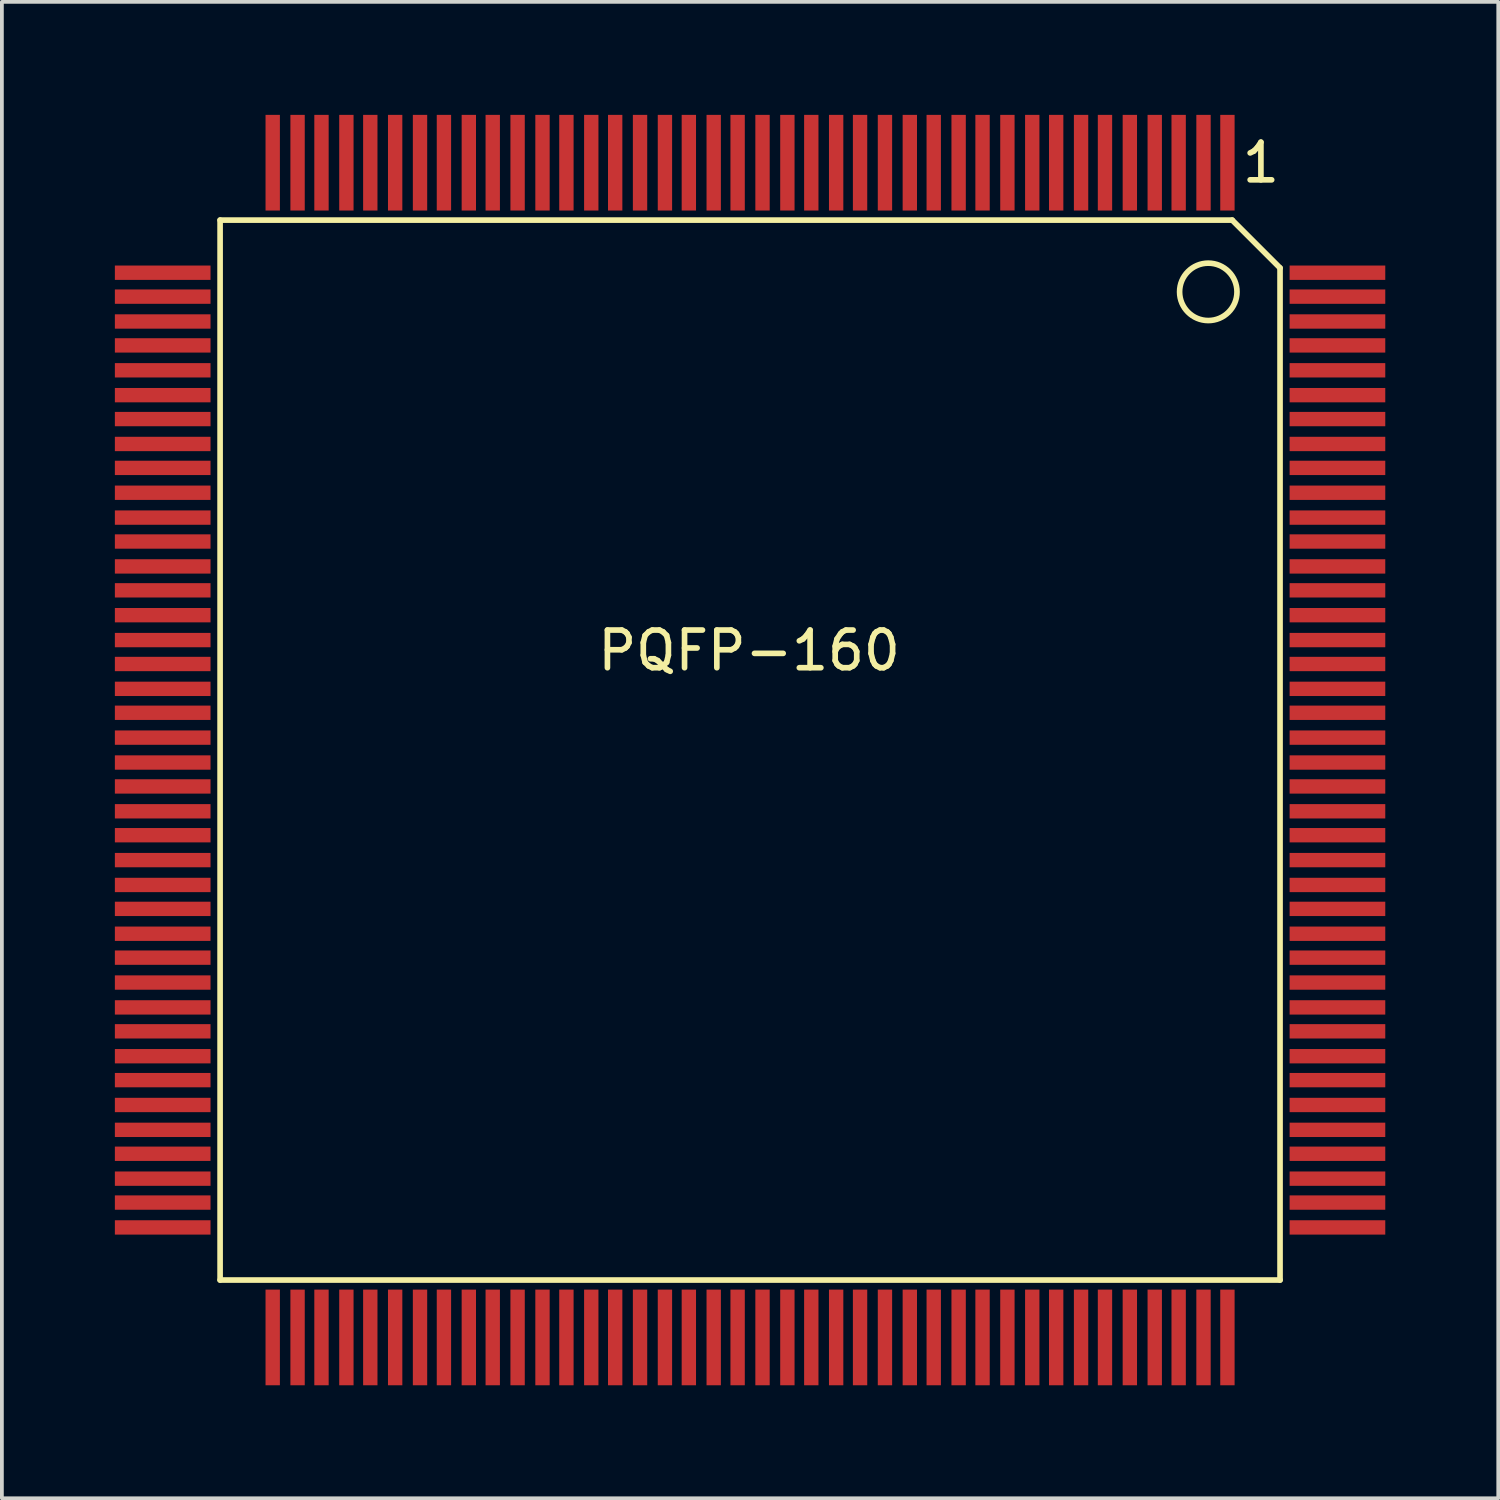
<source format=kicad_pcb>
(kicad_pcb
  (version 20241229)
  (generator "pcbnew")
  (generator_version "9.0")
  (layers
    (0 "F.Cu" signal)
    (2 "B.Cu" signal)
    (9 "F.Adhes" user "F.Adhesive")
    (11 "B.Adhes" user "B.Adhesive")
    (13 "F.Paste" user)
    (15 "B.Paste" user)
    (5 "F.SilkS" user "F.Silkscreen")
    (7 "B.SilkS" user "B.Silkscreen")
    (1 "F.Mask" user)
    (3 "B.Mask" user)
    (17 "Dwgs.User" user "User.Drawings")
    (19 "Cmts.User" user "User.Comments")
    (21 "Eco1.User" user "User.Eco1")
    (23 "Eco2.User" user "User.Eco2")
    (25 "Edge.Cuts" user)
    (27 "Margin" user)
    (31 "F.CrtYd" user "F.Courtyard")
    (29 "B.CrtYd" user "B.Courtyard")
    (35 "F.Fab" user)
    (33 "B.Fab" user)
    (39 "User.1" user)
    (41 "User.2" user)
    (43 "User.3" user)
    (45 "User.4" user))
  (footprint "PQFP-160"
    (layer "F.Cu")
    (at 16.84 16.764)
    (property "Reference" "PQFP-160" (at 0 -2.54 0) (layer "F.SilkS") (effects (font (size 1 1) (thickness 0.15))))
    (attr smd)
    (fp_line (start -14.046 -13.97) (end -14.046 14.173) (stroke (width 0.15) (type solid)) (layer "F.SilkS"))
    (fp_line (start -14.046 14.173) (end 14.097 14.173) (stroke (width 0.15) (type solid)) (layer "F.SilkS"))
    (fp_line (start 12.827 -13.97) (end -14.046 -13.97) (stroke (width 0.15) (type solid)) (layer "F.SilkS"))
    (fp_line (start 12.827 -13.97) (end 14.097 -12.7) (stroke (width 0.15) (type solid)) (layer "F.SilkS"))
    (fp_line (start 14.097 14.173) (end 14.097 -12.7) (stroke (width 0.15) (type solid)) (layer "F.SilkS"))
    (fp_circle (center 12.192 -12.065) (end 12.192 -11.303) (stroke (width 0.15) (type solid)) (fill no) (layer "F.SilkS"))
    (fp_text user "1" (at 13.589 -15.494 0) (layer "F.SilkS") (effects (font (size 1 1) (thickness 0.15))))
    (pad "1" smd rect (at 12.7 -15.494) (size 0.381 2.54) (layers "F.Cu" "F.Mask" "F.Paste"))
    (pad "2" smd rect (at 12.065 -15.494) (size 0.381 2.54) (layers "F.Cu" "F.Mask" "F.Paste"))
    (pad "3" smd rect (at 11.405 -15.494) (size 0.381 2.54) (layers "F.Cu" "F.Mask" "F.Paste"))
    (pad "4" smd rect (at 10.77 -15.494) (size 0.381 2.54) (layers "F.Cu" "F.Mask" "F.Paste"))
    (pad "5" smd rect (at 10.109 -15.494) (size 0.381 2.54) (layers "F.Cu" "F.Mask" "F.Paste"))
    (pad "6" smd rect (at 9.449 -15.494) (size 0.381 2.54) (layers "F.Cu" "F.Mask" "F.Paste"))
    (pad "7" smd rect (at 8.814 -15.494) (size 0.381 2.54) (layers "F.Cu" "F.Mask" "F.Paste"))
    (pad "8" smd rect (at 8.153 -15.494) (size 0.381 2.54) (layers "F.Cu" "F.Mask" "F.Paste"))
    (pad "9" smd rect (at 7.518 -15.494) (size 0.381 2.54) (layers "F.Cu" "F.Mask" "F.Paste"))
    (pad "10" smd rect (at 6.858 -15.494) (size 0.381 2.54) (layers "F.Cu" "F.Mask" "F.Paste"))
    (pad "11" smd rect (at 6.198 -15.494) (size 0.381 2.54) (layers "F.Cu" "F.Mask" "F.Paste"))
    (pad "12" smd rect (at 5.563 -15.494) (size 0.381 2.54) (layers "F.Cu" "F.Mask" "F.Paste"))
    (pad "13" smd rect (at 4.902 -15.494) (size 0.381 2.54) (layers "F.Cu" "F.Mask" "F.Paste"))
    (pad "14" smd rect (at 4.267 -15.494) (size 0.381 2.54) (layers "F.Cu" "F.Mask" "F.Paste"))
    (pad "15" smd rect (at 3.607 -15.494) (size 0.381 2.54) (layers "F.Cu" "F.Mask" "F.Paste"))
    (pad "16" smd rect (at 2.946 -15.494) (size 0.381 2.54) (layers "F.Cu" "F.Mask" "F.Paste"))
    (pad "17" smd rect (at 2.311 -15.494) (size 0.381 2.54) (layers "F.Cu" "F.Mask" "F.Paste"))
    (pad "18" smd rect (at 1.651 -15.494) (size 0.381 2.54) (layers "F.Cu" "F.Mask" "F.Paste"))
    (pad "19" smd rect (at 1.016 -15.494) (size 0.381 2.54) (layers "F.Cu" "F.Mask" "F.Paste"))
    (pad "20" smd rect (at 0.356 -15.494) (size 0.381 2.54) (layers "F.Cu" "F.Mask" "F.Paste"))
    (pad "21" smd rect (at -0.305 -15.494) (size 0.381 2.54) (layers "F.Cu" "F.Mask" "F.Paste"))
    (pad "22" smd rect (at -0.94 -15.494) (size 0.381 2.54) (layers "F.Cu" "F.Mask" "F.Paste"))
    (pad "23" smd rect (at -1.6 -15.494) (size 0.381 2.54) (layers "F.Cu" "F.Mask" "F.Paste"))
    (pad "24" smd rect (at -2.235 -15.494) (size 0.381 2.54) (layers "F.Cu" "F.Mask" "F.Paste"))
    (pad "25" smd rect (at -2.896 -15.494) (size 0.381 2.54) (layers "F.Cu" "F.Mask" "F.Paste"))
    (pad "26" smd rect (at -3.556 -15.494) (size 0.381 2.54) (layers "F.Cu" "F.Mask" "F.Paste"))
    (pad "27" smd rect (at -4.191 -15.494) (size 0.381 2.54) (layers "F.Cu" "F.Mask" "F.Paste"))
    (pad "28" smd rect (at -4.851 -15.494) (size 0.381 2.54) (layers "F.Cu" "F.Mask" "F.Paste"))
    (pad "29" smd rect (at -5.486 -15.494) (size 0.381 2.54) (layers "F.Cu" "F.Mask" "F.Paste"))
    (pad "30" smd rect (at -6.147 -15.494) (size 0.381 2.54) (layers "F.Cu" "F.Mask" "F.Paste"))
    (pad "31" smd rect (at -6.807 -15.494) (size 0.381 2.54) (layers "F.Cu" "F.Mask" "F.Paste"))
    (pad "32" smd rect (at -7.442 -15.494) (size 0.381 2.54) (layers "F.Cu" "F.Mask" "F.Paste"))
    (pad "33" smd rect (at -8.103 -15.494) (size 0.381 2.54) (layers "F.Cu" "F.Mask" "F.Paste"))
    (pad "34" smd rect (at -8.738 -15.494) (size 0.381 2.54) (layers "F.Cu" "F.Mask" "F.Paste"))
    (pad "35" smd rect (at -9.398 -15.494) (size 0.381 2.54) (layers "F.Cu" "F.Mask" "F.Paste"))
    (pad "36" smd rect (at -10.058 -15.494) (size 0.381 2.54) (layers "F.Cu" "F.Mask" "F.Paste"))
    (pad "37" smd rect (at -10.693 -15.494) (size 0.381 2.54) (layers "F.Cu" "F.Mask" "F.Paste"))
    (pad "38" smd rect (at -11.354 -15.494) (size 0.381 2.54) (layers "F.Cu" "F.Mask" "F.Paste"))
    (pad "39" smd rect (at -11.989 -15.494) (size 0.381 2.54) (layers "F.Cu" "F.Mask" "F.Paste"))
    (pad "40" smd rect (at -12.649 -15.494) (size 0.381 2.54) (layers "F.Cu" "F.Mask" "F.Paste"))
    (pad "41" smd rect (at -15.57 -12.573) (size 2.54 0.381) (layers "F.Cu" "F.Mask" "F.Paste"))
    (pad "42" smd rect (at -15.57 -11.938) (size 2.54 0.381) (layers "F.Cu" "F.Mask" "F.Paste"))
    (pad "43" smd rect (at -15.57 -11.278) (size 2.54 0.381) (layers "F.Cu" "F.Mask" "F.Paste"))
    (pad "44" smd rect (at -15.57 -10.643) (size 2.54 0.381) (layers "F.Cu" "F.Mask" "F.Paste"))
    (pad "45" smd rect (at -15.57 -9.982) (size 2.54 0.381) (layers "F.Cu" "F.Mask" "F.Paste"))
    (pad "46" smd rect (at -15.57 -9.322) (size 2.54 0.381) (layers "F.Cu" "F.Mask" "F.Paste"))
    (pad "47" smd rect (at -15.57 -8.687) (size 2.54 0.381) (layers "F.Cu" "F.Mask" "F.Paste"))
    (pad "48" smd rect (at -15.57 -8.026) (size 2.54 0.381) (layers "F.Cu" "F.Mask" "F.Paste"))
    (pad "49" smd rect (at -15.57 -7.391) (size 2.54 0.381) (layers "F.Cu" "F.Mask" "F.Paste"))
    (pad "50" smd rect (at -15.57 -6.731) (size 2.54 0.381) (layers "F.Cu" "F.Mask" "F.Paste"))
    (pad "51" smd rect (at -15.57 -6.071) (size 2.54 0.381) (layers "F.Cu" "F.Mask" "F.Paste"))
    (pad "52" smd rect (at -15.57 -5.436) (size 2.54 0.381) (layers "F.Cu" "F.Mask" "F.Paste"))
    (pad "53" smd rect (at -15.57 -4.775) (size 2.54 0.381) (layers "F.Cu" "F.Mask" "F.Paste"))
    (pad "54" smd rect (at -15.57 -4.14) (size 2.54 0.381) (layers "F.Cu" "F.Mask" "F.Paste"))
    (pad "55" smd rect (at -15.57 -3.48) (size 2.54 0.381) (layers "F.Cu" "F.Mask" "F.Paste"))
    (pad "56" smd rect (at -15.57 -2.819) (size 2.54 0.381) (layers "F.Cu" "F.Mask" "F.Paste"))
    (pad "57" smd rect (at -15.57 -2.184) (size 2.54 0.381) (layers "F.Cu" "F.Mask" "F.Paste"))
    (pad "58" smd rect (at -15.57 -1.524) (size 2.54 0.381) (layers "F.Cu" "F.Mask" "F.Paste"))
    (pad "59" smd rect (at -15.57 -0.889) (size 2.54 0.381) (layers "F.Cu" "F.Mask" "F.Paste"))
    (pad "60" smd rect (at -15.57 -0.229) (size 2.54 0.381) (layers "F.Cu" "F.Mask" "F.Paste"))
    (pad "61" smd rect (at -15.57 0.432) (size 2.54 0.381) (layers "F.Cu" "F.Mask" "F.Paste"))
    (pad "62" smd rect (at -15.57 1.067) (size 2.54 0.381) (layers "F.Cu" "F.Mask" "F.Paste"))
    (pad "63" smd rect (at -15.57 1.727) (size 2.54 0.381) (layers "F.Cu" "F.Mask" "F.Paste"))
    (pad "64" smd rect (at -15.57 2.362) (size 2.54 0.381) (layers "F.Cu" "F.Mask" "F.Paste"))
    (pad "65" smd rect (at -15.57 3.023) (size 2.54 0.381) (layers "F.Cu" "F.Mask" "F.Paste"))
    (pad "66" smd rect (at -15.57 3.683) (size 2.54 0.381) (layers "F.Cu" "F.Mask" "F.Paste"))
    (pad "67" smd rect (at -15.57 4.318) (size 2.54 0.381) (layers "F.Cu" "F.Mask" "F.Paste"))
    (pad "68" smd rect (at -15.57 4.978) (size 2.54 0.381) (layers "F.Cu" "F.Mask" "F.Paste"))
    (pad "69" smd rect (at -15.57 5.613) (size 2.54 0.381) (layers "F.Cu" "F.Mask" "F.Paste"))
    (pad "70" smd rect (at -15.57 6.274) (size 2.54 0.381) (layers "F.Cu" "F.Mask" "F.Paste"))
    (pad "71" smd rect (at -15.57 6.934) (size 2.54 0.381) (layers "F.Cu" "F.Mask" "F.Paste"))
    (pad "72" smd rect (at -15.57 7.569) (size 2.54 0.381) (layers "F.Cu" "F.Mask" "F.Paste"))
    (pad "73" smd rect (at -15.57 8.23) (size 2.54 0.381) (layers "F.Cu" "F.Mask" "F.Paste"))
    (pad "74" smd rect (at -15.57 8.865) (size 2.54 0.381) (layers "F.Cu" "F.Mask" "F.Paste"))
    (pad "75" smd rect (at -15.57 9.525) (size 2.54 0.381) (layers "F.Cu" "F.Mask" "F.Paste"))
    (pad "76" smd rect (at -15.57 10.185) (size 2.54 0.381) (layers "F.Cu" "F.Mask" "F.Paste"))
    (pad "77" smd rect (at -15.57 10.82) (size 2.54 0.381) (layers "F.Cu" "F.Mask" "F.Paste"))
    (pad "78" smd rect (at -15.57 11.481) (size 2.54 0.381) (layers "F.Cu" "F.Mask" "F.Paste"))
    (pad "79" smd rect (at -15.57 12.116) (size 2.54 0.381) (layers "F.Cu" "F.Mask" "F.Paste"))
    (pad "80" smd rect (at -15.57 12.776) (size 2.54 0.381) (layers "F.Cu" "F.Mask" "F.Paste"))
    (pad "81" smd rect (at -12.649 15.697) (size 0.381 2.54) (layers "F.Cu" "F.Mask" "F.Paste"))
    (pad "82" smd rect (at -11.989 15.697) (size 0.381 2.54) (layers "F.Cu" "F.Mask" "F.Paste"))
    (pad "83" smd rect (at -11.354 15.697) (size 0.381 2.54) (layers "F.Cu" "F.Mask" "F.Paste"))
    (pad "84" smd rect (at -10.693 15.697) (size 0.381 2.54) (layers "F.Cu" "F.Mask" "F.Paste"))
    (pad "85" smd rect (at -10.058 15.697) (size 0.381 2.54) (layers "F.Cu" "F.Mask" "F.Paste"))
    (pad "86" smd rect (at -9.398 15.697) (size 0.381 2.54) (layers "F.Cu" "F.Mask" "F.Paste"))
    (pad "87" smd rect (at -8.738 15.697) (size 0.381 2.54) (layers "F.Cu" "F.Mask" "F.Paste"))
    (pad "88" smd rect (at -8.103 15.697) (size 0.381 2.54) (layers "F.Cu" "F.Mask" "F.Paste"))
    (pad "89" smd rect (at -7.442 15.697) (size 0.381 2.54) (layers "F.Cu" "F.Mask" "F.Paste"))
    (pad "90" smd rect (at -6.807 15.697) (size 0.381 2.54) (layers "F.Cu" "F.Mask" "F.Paste"))
    (pad "91" smd rect (at -6.147 15.697) (size 0.381 2.54) (layers "F.Cu" "F.Mask" "F.Paste"))
    (pad "92" smd rect (at -5.486 15.697) (size 0.381 2.54) (layers "F.Cu" "F.Mask" "F.Paste"))
    (pad "93" smd rect (at -4.851 15.697) (size 0.381 2.54) (layers "F.Cu" "F.Mask" "F.Paste"))
    (pad "94" smd rect (at -4.191 15.697) (size 0.381 2.54) (layers "F.Cu" "F.Mask" "F.Paste"))
    (pad "95" smd rect (at -3.556 15.697) (size 0.381 2.54) (layers "F.Cu" "F.Mask" "F.Paste"))
    (pad "96" smd rect (at -2.896 15.697) (size 0.381 2.54) (layers "F.Cu" "F.Mask" "F.Paste"))
    (pad "97" smd rect (at -2.235 15.697) (size 0.381 2.54) (layers "F.Cu" "F.Mask" "F.Paste"))
    (pad "98" smd rect (at -1.6 15.697) (size 0.381 2.54) (layers "F.Cu" "F.Mask" "F.Paste"))
    (pad "99" smd rect (at -0.94 15.697) (size 0.381 2.54) (layers "F.Cu" "F.Mask" "F.Paste"))
    (pad "100" smd rect (at -0.305 15.697) (size 0.381 2.54) (layers "F.Cu" "F.Mask" "F.Paste"))
    (pad "101" smd rect (at 0.356 15.697) (size 0.381 2.54) (layers "F.Cu" "F.Mask" "F.Paste"))
    (pad "102" smd rect (at 1.016 15.697) (size 0.381 2.54) (layers "F.Cu" "F.Mask" "F.Paste"))
    (pad "103" smd rect (at 1.651 15.697) (size 0.381 2.54) (layers "F.Cu" "F.Mask" "F.Paste"))
    (pad "104" smd rect (at 2.311 15.697) (size 0.381 2.54) (layers "F.Cu" "F.Mask" "F.Paste"))
    (pad "105" smd rect (at 2.946 15.697) (size 0.381 2.54) (layers "F.Cu" "F.Mask" "F.Paste"))
    (pad "106" smd rect (at 3.607 15.697) (size 0.381 2.54) (layers "F.Cu" "F.Mask" "F.Paste"))
    (pad "107" smd rect (at 4.267 15.697) (size 0.381 2.54) (layers "F.Cu" "F.Mask" "F.Paste"))
    (pad "108" smd rect (at 4.902 15.697) (size 0.381 2.54) (layers "F.Cu" "F.Mask" "F.Paste"))
    (pad "109" smd rect (at 5.563 15.697) (size 0.381 2.54) (layers "F.Cu" "F.Mask" "F.Paste"))
    (pad "110" smd rect (at 6.198 15.697) (size 0.381 2.54) (layers "F.Cu" "F.Mask" "F.Paste"))
    (pad "111" smd rect (at 6.858 15.697) (size 0.381 2.54) (layers "F.Cu" "F.Mask" "F.Paste"))
    (pad "112" smd rect (at 7.518 15.697) (size 0.381 2.54) (layers "F.Cu" "F.Mask" "F.Paste"))
    (pad "113" smd rect (at 8.153 15.697) (size 0.381 2.54) (layers "F.Cu" "F.Mask" "F.Paste"))
    (pad "114" smd rect (at 8.814 15.697) (size 0.381 2.54) (layers "F.Cu" "F.Mask" "F.Paste"))
    (pad "115" smd rect (at 9.449 15.697) (size 0.381 2.54) (layers "F.Cu" "F.Mask" "F.Paste"))
    (pad "116" smd rect (at 10.109 15.697) (size 0.381 2.54) (layers "F.Cu" "F.Mask" "F.Paste"))
    (pad "117" smd rect (at 10.77 15.697) (size 0.381 2.54) (layers "F.Cu" "F.Mask" "F.Paste"))
    (pad "118" smd rect (at 11.405 15.697) (size 0.381 2.54) (layers "F.Cu" "F.Mask" "F.Paste"))
    (pad "119" smd rect (at 12.065 15.697) (size 0.381 2.54) (layers "F.Cu" "F.Mask" "F.Paste"))
    (pad "120" smd rect (at 12.7 15.697) (size 0.381 2.54) (layers "F.Cu" "F.Mask" "F.Paste"))
    (pad "121" smd rect (at 15.621 12.776) (size 2.54 0.381) (layers "F.Cu" "F.Mask" "F.Paste"))
    (pad "122" smd rect (at 15.621 12.116) (size 2.54 0.381) (layers "F.Cu" "F.Mask" "F.Paste"))
    (pad "123" smd rect (at 15.621 11.481) (size 2.54 0.381) (layers "F.Cu" "F.Mask" "F.Paste"))
    (pad "124" smd rect (at 15.621 10.82) (size 2.54 0.381) (layers "F.Cu" "F.Mask" "F.Paste"))
    (pad "125" smd rect (at 15.621 10.185) (size 2.54 0.381) (layers "F.Cu" "F.Mask" "F.Paste"))
    (pad "126" smd rect (at 15.621 9.525) (size 2.54 0.381) (layers "F.Cu" "F.Mask" "F.Paste"))
    (pad "127" smd rect (at 15.621 8.865) (size 2.54 0.381) (layers "F.Cu" "F.Mask" "F.Paste"))
    (pad "128" smd rect (at 15.621 8.23) (size 2.54 0.381) (layers "F.Cu" "F.Mask" "F.Paste"))
    (pad "129" smd rect (at 15.621 7.569) (size 2.54 0.381) (layers "F.Cu" "F.Mask" "F.Paste"))
    (pad "130" smd rect (at 15.621 6.934) (size 2.54 0.381) (layers "F.Cu" "F.Mask" "F.Paste"))
    (pad "131" smd rect (at 15.621 6.274) (size 2.54 0.381) (layers "F.Cu" "F.Mask" "F.Paste"))
    (pad "132" smd rect (at 15.621 5.613) (size 2.54 0.381) (layers "F.Cu" "F.Mask" "F.Paste"))
    (pad "133" smd rect (at 15.621 4.978) (size 2.54 0.381) (layers "F.Cu" "F.Mask" "F.Paste"))
    (pad "134" smd rect (at 15.621 4.318) (size 2.54 0.381) (layers "F.Cu" "F.Mask" "F.Paste"))
    (pad "135" smd rect (at 15.621 3.683) (size 2.54 0.381) (layers "F.Cu" "F.Mask" "F.Paste"))
    (pad "136" smd rect (at 15.621 3.023) (size 2.54 0.381) (layers "F.Cu" "F.Mask" "F.Paste"))
    (pad "137" smd rect (at 15.621 2.362) (size 2.54 0.381) (layers "F.Cu" "F.Mask" "F.Paste"))
    (pad "138" smd rect (at 15.621 1.727) (size 2.54 0.381) (layers "F.Cu" "F.Mask" "F.Paste"))
    (pad "139" smd rect (at 15.621 1.067) (size 2.54 0.381) (layers "F.Cu" "F.Mask" "F.Paste"))
    (pad "140" smd rect (at 15.621 0.432) (size 2.54 0.381) (layers "F.Cu" "F.Mask" "F.Paste"))
    (pad "141" smd rect (at 15.621 -0.229) (size 2.54 0.381) (layers "F.Cu" "F.Mask" "F.Paste"))
    (pad "142" smd rect (at 15.621 -0.889) (size 2.54 0.381) (layers "F.Cu" "F.Mask" "F.Paste"))
    (pad "143" smd rect (at 15.621 -1.524) (size 2.54 0.381) (layers "F.Cu" "F.Mask" "F.Paste"))
    (pad "144" smd rect (at 15.621 -2.184) (size 2.54 0.381) (layers "F.Cu" "F.Mask" "F.Paste"))
    (pad "145" smd rect (at 15.621 -2.819) (size 2.54 0.381) (layers "F.Cu" "F.Mask" "F.Paste"))
    (pad "146" smd rect (at 15.621 -3.48) (size 2.54 0.381) (layers "F.Cu" "F.Mask" "F.Paste"))
    (pad "147" smd rect (at 15.621 -4.14) (size 2.54 0.381) (layers "F.Cu" "F.Mask" "F.Paste"))
    (pad "148" smd rect (at 15.621 -4.775) (size 2.54 0.381) (layers "F.Cu" "F.Mask" "F.Paste"))
    (pad "149" smd rect (at 15.621 -5.436) (size 2.54 0.381) (layers "F.Cu" "F.Mask" "F.Paste"))
    (pad "150" smd rect (at 15.621 -6.071) (size 2.54 0.381) (layers "F.Cu" "F.Mask" "F.Paste"))
    (pad "151" smd rect (at 15.621 -6.731) (size 2.54 0.381) (layers "F.Cu" "F.Mask" "F.Paste"))
    (pad "152" smd rect (at 15.621 -7.391) (size 2.54 0.381) (layers "F.Cu" "F.Mask" "F.Paste"))
    (pad "153" smd rect (at 15.621 -8.026) (size 2.54 0.381) (layers "F.Cu" "F.Mask" "F.Paste"))
    (pad "154" smd rect (at 15.621 -8.687) (size 2.54 0.381) (layers "F.Cu" "F.Mask" "F.Paste"))
    (pad "155" smd rect (at 15.621 -9.322) (size 2.54 0.381) (layers "F.Cu" "F.Mask" "F.Paste"))
    (pad "156" smd rect (at 15.621 -9.982) (size 2.54 0.381) (layers "F.Cu" "F.Mask" "F.Paste"))
    (pad "157" smd rect (at 15.621 -10.643) (size 2.54 0.381) (layers "F.Cu" "F.Mask" "F.Paste"))
    (pad "158" smd rect (at 15.621 -11.278) (size 2.54 0.381) (layers "F.Cu" "F.Mask" "F.Paste"))
    (pad "159" smd rect (at 15.621 -11.938) (size 2.54 0.381) (layers "F.Cu" "F.Mask" "F.Paste"))
    (pad "160" smd rect (at 15.621 -12.573) (size 2.54 0.381) (layers "F.Cu" "F.Mask" "F.Paste")))
  (gr_rect
    (start -3 -3)
    (end 36.731 36.731)
    (stroke (width 0.1) (type default))
    (fill no)
    (layer "Edge.Cuts")))
</source>
